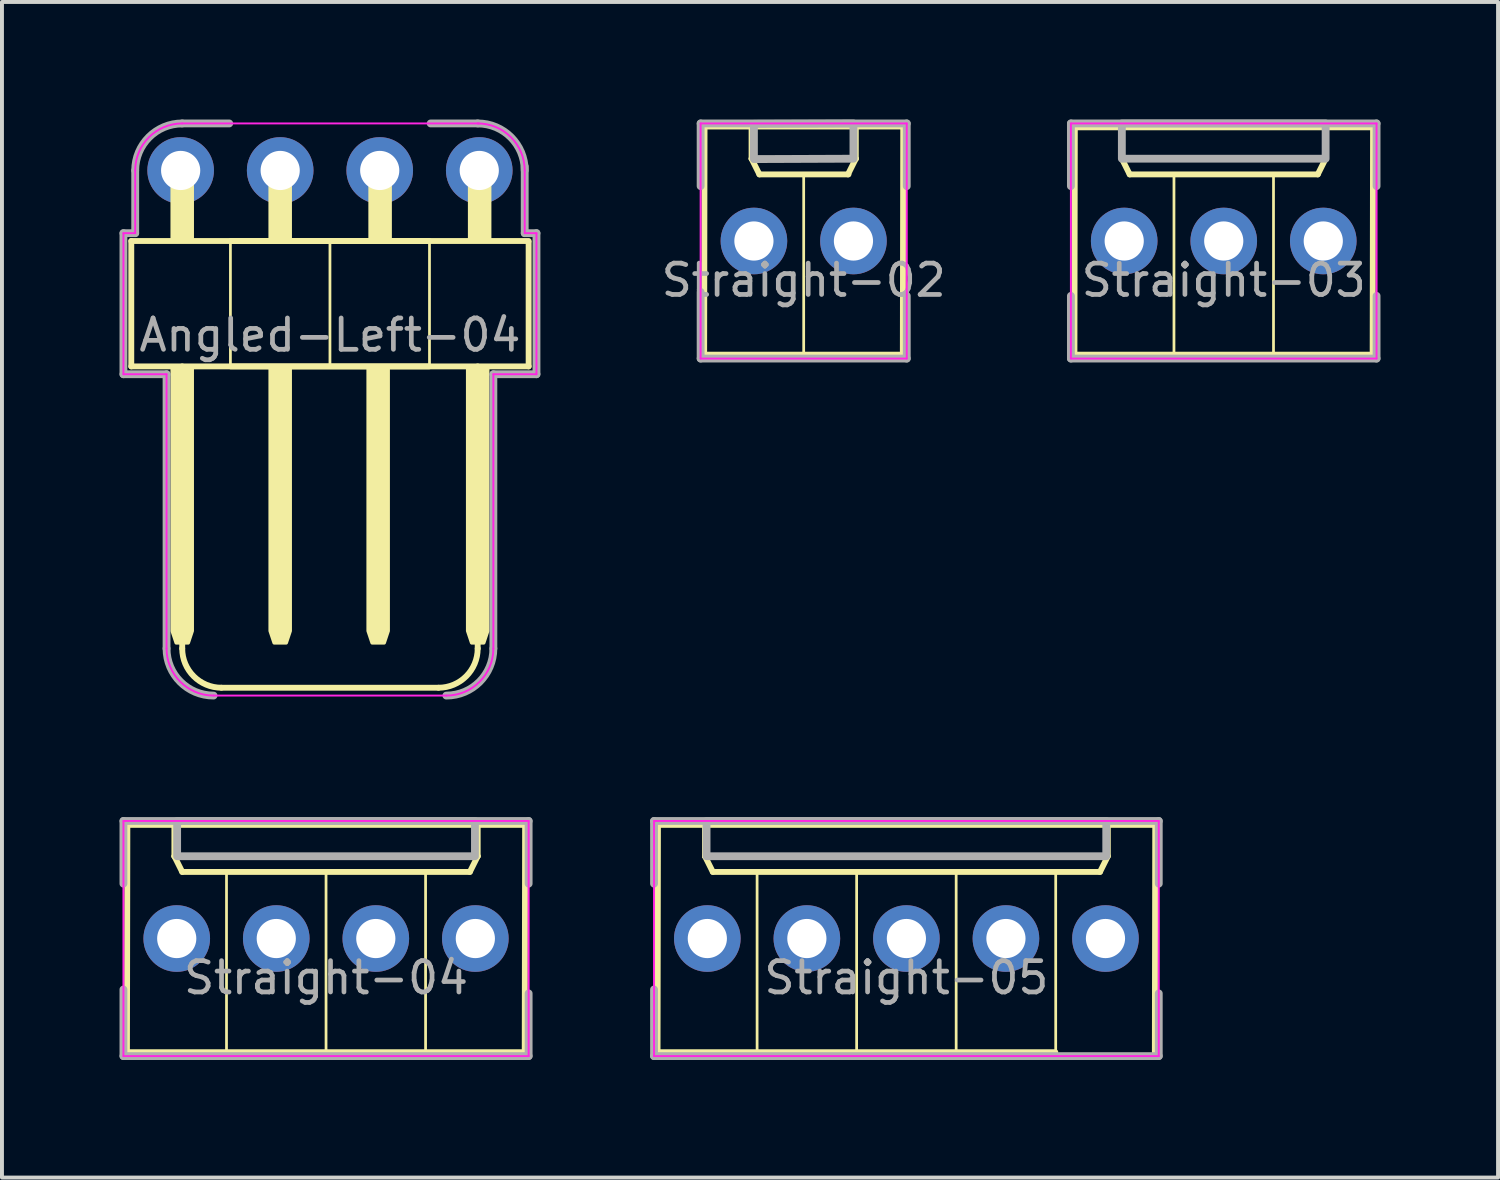
<source format=kicad_pcb>
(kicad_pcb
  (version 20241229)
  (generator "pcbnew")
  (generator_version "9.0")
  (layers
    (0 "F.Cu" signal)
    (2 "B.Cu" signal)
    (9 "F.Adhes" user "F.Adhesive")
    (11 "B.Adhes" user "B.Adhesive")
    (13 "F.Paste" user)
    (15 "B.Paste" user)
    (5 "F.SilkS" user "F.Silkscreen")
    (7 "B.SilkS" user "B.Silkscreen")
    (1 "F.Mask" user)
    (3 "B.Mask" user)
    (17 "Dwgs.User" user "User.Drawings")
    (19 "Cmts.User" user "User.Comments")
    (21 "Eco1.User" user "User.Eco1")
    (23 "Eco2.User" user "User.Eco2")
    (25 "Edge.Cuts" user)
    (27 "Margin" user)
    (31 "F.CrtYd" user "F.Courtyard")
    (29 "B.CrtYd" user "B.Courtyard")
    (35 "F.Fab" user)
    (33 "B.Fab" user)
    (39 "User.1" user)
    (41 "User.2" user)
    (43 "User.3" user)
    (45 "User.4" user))
  (footprint "Straight-02"
    (layer "F.Cu")
    (at 17.459 3.1)
    (property "Reference" "Straight-02" (at 0 1 180) (layer "F.Fab") (effects (font (size 0.8 0.8) (thickness 0.12))))
    (attr through_hole)
    (fp_line (start -2.54 2.9) (end 2.53 2.9) (stroke (width 0.15) (type solid)) (layer "F.SilkS"))
    (fp_line (start -2.53 -2.921) (end -2.54 2.9) (stroke (width 0.15) (type solid)) (layer "F.SilkS"))
    (fp_line (start -2.53 -2.921) (end 2.54 -2.921) (stroke (width 0.15) (type solid)) (layer "F.SilkS"))
    (fp_line (start -1.33 -2.1) (end -1.33 -2.9) (stroke (width 0.15) (type solid)) (layer "F.SilkS"))
    (fp_line (start -1.33 -2.1) (end -1.13 -1.7) (stroke (width 0.15) (type solid)) (layer "F.SilkS"))
    (fp_line (start -1.33 -2.1) (end 1.33 -2.1) (stroke (width 0.15) (type solid)) (layer "F.SilkS"))
    (fp_line (start 0 -1.7) (end 0 2.9) (stroke (width 0.07) (type solid)) (layer "F.SilkS"))
    (fp_line (start 1.13 -1.7) (end 1.33 -2.1) (stroke (width 0.15) (type solid)) (layer "F.SilkS"))
    (fp_line (start 1.143 -1.7) (end -1.13 -1.7) (stroke (width 0.15) (type solid)) (layer "F.SilkS"))
    (fp_line (start 1.33 -2.9) (end 1.33 -2.1) (stroke (width 0.15) (type solid)) (layer "F.SilkS"))
    (fp_line (start 2.54 -2.9) (end 2.53 2.9) (stroke (width 0.15) (type solid)) (layer "F.SilkS"))
    (fp_line (start -2.63 -3) (end 2.63 -3) (stroke (width 0.05) (type solid)) (layer "F.CrtYd"))
    (fp_line (start -2.63 3) (end -2.63 -3) (stroke (width 0.05) (type solid)) (layer "F.CrtYd"))
    (fp_line (start 2.63 -3) (end 2.63 3) (stroke (width 0.05) (type solid)) (layer "F.CrtYd"))
    (fp_line (start 2.63 3) (end -2.63 3) (stroke (width 0.05) (type solid)) (layer "F.CrtYd"))
    (fp_line (start -2.63 -3) (end -2.63 -1.4) (stroke (width 0.2) (type solid)) (layer "F.Fab"))
    (fp_line (start -2.63 -3) (end 2.63 -3) (stroke (width 0.2) (type solid)) (layer "F.Fab"))
    (fp_line (start -2.63 1.3) (end -2.63 3) (stroke (width 0.2) (type solid)) (layer "F.Fab"))
    (fp_line (start -2.63 3) (end 2.63 3) (stroke (width 0.2) (type solid)) (layer "F.Fab"))
    (fp_line (start 2.63 -3) (end 2.63 -1.4) (stroke (width 0.2) (type solid)) (layer "F.Fab"))
    (fp_line (start 2.63 1.4) (end 2.63 3) (stroke (width 0.2) (type solid)) (layer "F.Fab"))
    (fp_poly (pts (xy 1.27 -3) (xy 1.27 -2.1) (xy -1.27 -2.09) (xy -1.27 -2.99)) (stroke (width 0.2) (type solid)) (fill no) (layer "F.Fab"))
    (pad "1" thru_hole circle (at -1.27 0 90) (size 1.7 1.7) (drill 1) (layers "*.Cu" "*.Mask"))
    (pad "2" thru_hole circle (at 1.27 0 90) (size 1.7 1.7) (drill 1) (layers "*.Cu" "*.Mask")))
  (footprint "Straight-05"
    (layer "F.Cu")
    (at 20.08 20.9)
    (property "Reference" "Straight-05" (at 0 1 180) (layer "F.Fab") (effects (font (size 0.8 0.8) (thickness 0.12))))
    (attr through_hole)
    (fp_line (start -6.35 2.9) (end 3.8 2.9) (stroke (width 0.15) (type solid)) (layer "F.SilkS"))
    (fp_line (start -6.34 -2.9) (end -6.35 2.9) (stroke (width 0.15) (type solid)) (layer "F.SilkS"))
    (fp_line (start -6.34 -2.9) (end 6.35 -2.9) (stroke (width 0.15) (type solid)) (layer "F.SilkS"))
    (fp_line (start -5.14 -2.1) (end -5.14 -2.9) (stroke (width 0.15) (type solid)) (layer "F.SilkS"))
    (fp_line (start -5.14 -2.1) (end -4.94 -1.7) (stroke (width 0.15) (type solid)) (layer "F.SilkS"))
    (fp_line (start -5.14 -2.1) (end 5.1 -2.1) (stroke (width 0.15) (type solid)) (layer "F.SilkS"))
    (fp_line (start -3.81 -1.7) (end -3.81 2.9) (stroke (width 0.07) (type solid)) (layer "F.SilkS"))
    (fp_line (start -1.27 -1.7) (end -1.27 2.9) (stroke (width 0.07) (type solid)) (layer "F.SilkS"))
    (fp_line (start 1.27 -1.7) (end 1.27 2.921) (stroke (width 0.07) (type solid)) (layer "F.SilkS"))
    (fp_line (start 3.81 -1.7) (end 3.81 2.921) (stroke (width 0.07) (type solid)) (layer "F.SilkS"))
    (fp_line (start 4.94 -1.7) (end -4.94 -1.7) (stroke (width 0.15) (type solid)) (layer "F.SilkS"))
    (fp_line (start 4.94 -1.7) (end 5.14 -2.1) (stroke (width 0.15) (type solid)) (layer "F.SilkS"))
    (fp_line (start 5.14 -2.9) (end 5.14 -2.1) (stroke (width 0.15) (type solid)) (layer "F.SilkS"))
    (fp_line (start 6.35 -2.9) (end 6.34 2.9) (stroke (width 0.15) (type solid)) (layer "F.SilkS"))
    (fp_line (start -6.44 -3) (end 6.44 -3) (stroke (width 0.05) (type solid)) (layer "F.CrtYd"))
    (fp_line (start -6.44 3) (end -6.44 -3) (stroke (width 0.05) (type solid)) (layer "F.CrtYd"))
    (fp_line (start 6.44 -3) (end 6.44 3) (stroke (width 0.05) (type solid)) (layer "F.CrtYd"))
    (fp_line (start 6.44 3) (end -6.44 3) (stroke (width 0.05) (type solid)) (layer "F.CrtYd"))
    (fp_line (start -6.44 -3) (end -6.44 -1.4) (stroke (width 0.2) (type solid)) (layer "F.Fab"))
    (fp_line (start -6.44 -3) (end 6.44 -3) (stroke (width 0.2) (type solid)) (layer "F.Fab"))
    (fp_line (start -6.44 1.3) (end -6.44 3) (stroke (width 0.2) (type solid)) (layer "F.Fab"))
    (fp_line (start -6.44 3) (end 6.44 3) (stroke (width 0.2) (type solid)) (layer "F.Fab"))
    (fp_line (start 6.44 -3) (end 6.44 -1.4) (stroke (width 0.2) (type solid)) (layer "F.Fab"))
    (fp_line (start 6.44 1.4) (end 6.44 3) (stroke (width 0.2) (type solid)) (layer "F.Fab"))
    (fp_poly (pts (xy 5.1 -3) (xy 5.1 -2.1) (xy -5.1 -2.1) (xy -5.1 -3)) (stroke (width 0.2) (type solid)) (fill no) (layer "F.Fab"))
    (pad "1" thru_hole circle (at -5.08 0 90) (size 1.7 1.7) (drill 1) (layers "*.Cu" "*.Mask"))
    (pad "2" thru_hole circle (at -2.54 0 90) (size 1.7 1.7) (drill 1) (layers "*.Cu" "*.Mask"))
    (pad "3" thru_hole circle (at 0 0 90) (size 1.7 1.7) (drill 1) (layers "*.Cu" "*.Mask"))
    (pad "4" thru_hole circle (at 2.54 0 90) (size 1.7 1.7) (drill 1) (layers "*.Cu" "*.Mask"))
    (pad "5" thru_hole circle (at 5.08 0 90) (size 1.7 1.7) (drill 1) (layers "*.Cu" "*.Mask")))
  (footprint "Straight-04"
    (layer "F.Cu")
    (at 5.27 20.9)
    (property "Reference" "Straight-04" (at 0 1 180) (layer "F.Fab") (effects (font (size 0.8 0.8) (thickness 0.12))))
    (attr through_hole)
    (fp_line (start -5.08 -2.9) (end 5.08 -2.9) (stroke (width 0.15) (type solid)) (layer "F.SilkS"))
    (fp_line (start -5.08 2.9) (end 5.07 2.9) (stroke (width 0.15) (type solid)) (layer "F.SilkS"))
    (fp_line (start -5.07 -2.9) (end -5.08 2.9) (stroke (width 0.15) (type solid)) (layer "F.SilkS"))
    (fp_line (start -3.87 -2.1) (end -3.87 -2.9) (stroke (width 0.15) (type solid)) (layer "F.SilkS"))
    (fp_line (start -3.87 -2.1) (end -3.67 -1.7) (stroke (width 0.15) (type solid)) (layer "F.SilkS"))
    (fp_line (start -3.87 -2.1) (end 3.87 -2.1) (stroke (width 0.15) (type solid)) (layer "F.SilkS"))
    (fp_line (start -2.54 -1.7) (end -2.54 2.9) (stroke (width 0.07) (type solid)) (layer "F.SilkS"))
    (fp_line (start 0 -1.7) (end 0 2.9) (stroke (width 0.07) (type solid)) (layer "F.SilkS"))
    (fp_line (start 2.54 -1.7) (end 2.54 2.921) (stroke (width 0.07) (type solid)) (layer "F.SilkS"))
    (fp_line (start 3.67 -1.7) (end -3.67 -1.7) (stroke (width 0.15) (type solid)) (layer "F.SilkS"))
    (fp_line (start 3.67 -1.7) (end 3.87 -2.1) (stroke (width 0.15) (type solid)) (layer "F.SilkS"))
    (fp_line (start 3.87 -2.9) (end 3.87 -2.1) (stroke (width 0.15) (type solid)) (layer "F.SilkS"))
    (fp_line (start 5.08 -2.9) (end 5.07 2.9) (stroke (width 0.15) (type solid)) (layer "F.SilkS"))
    (fp_line (start -5.17 -3) (end 5.17 -3) (stroke (width 0.05) (type solid)) (layer "F.CrtYd"))
    (fp_line (start -5.17 3) (end -5.17 -3) (stroke (width 0.05) (type solid)) (layer "F.CrtYd"))
    (fp_line (start 5.17 -3) (end 5.17 3) (stroke (width 0.05) (type solid)) (layer "F.CrtYd"))
    (fp_line (start 5.17 3) (end -5.17 3) (stroke (width 0.05) (type solid)) (layer "F.CrtYd"))
    (fp_line (start -5.17 -3) (end -5.17 -1.4) (stroke (width 0.2) (type solid)) (layer "F.Fab"))
    (fp_line (start -5.17 -3) (end 5.17 -3) (stroke (width 0.2) (type solid)) (layer "F.Fab"))
    (fp_line (start -5.17 1.3) (end -5.17 3) (stroke (width 0.2) (type solid)) (layer "F.Fab"))
    (fp_line (start -5.17 3) (end 5.17 3) (stroke (width 0.2) (type solid)) (layer "F.Fab"))
    (fp_line (start 5.17 -3) (end 5.17 -1.4) (stroke (width 0.2) (type solid)) (layer "F.Fab"))
    (fp_line (start 5.17 1.4) (end 5.17 3) (stroke (width 0.2) (type solid)) (layer "F.Fab"))
    (fp_poly (pts (xy 3.8 -3) (xy 3.8 -2.1) (xy -3.8 -2.1) (xy -3.8 -3)) (stroke (width 0.2) (type solid)) (fill no) (layer "F.Fab"))
    (pad "1" thru_hole circle (at -3.81 0 90) (size 1.7 1.7) (drill 1) (layers "*.Cu" "*.Mask"))
    (pad "2" thru_hole circle (at -1.27 0 90) (size 1.7 1.7) (drill 1) (layers "*.Cu" "*.Mask"))
    (pad "3" thru_hole circle (at 1.27 0 90) (size 1.7 1.7) (drill 1) (layers "*.Cu" "*.Mask"))
    (pad "4" thru_hole circle (at 3.81 0 90) (size 1.7 1.7) (drill 1) (layers "*.Cu" "*.Mask")))
  (footprint "Angled-Left-04"
    (layer "F.Cu")
    (at 5.37 1.3)
    (property "Reference" "Angled-Left-04" (at 0 4.2 180) (layer "F.Fab") (effects (font (size 0.8 0.8) (thickness 0.12))))
    (attr through_hole)
    (fp_line (start -5.07 1.8) (end -5.07 5) (stroke (width 0.15) (type solid)) (layer "F.SilkS"))
    (fp_line (start -5.07 1.8) (end 2.53 1.8) (stroke (width 0.15) (type solid)) (layer "F.SilkS"))
    (fp_line (start -5.07 5) (end 2.53 5) (stroke (width 0.15) (type solid)) (layer "F.SilkS"))
    (fp_line (start -3.77 5) (end -3.77 12.2) (stroke (width 0.15) (type solid)) (layer "F.SilkS"))
    (fp_line (start -2.77 13.2) (end 2.77 13.2) (stroke (width 0.15) (type solid)) (layer "F.SilkS"))
    (fp_line (start -2.54 1.8) (end -2.54 5) (stroke (width 0.07) (type solid)) (layer "F.SilkS"))
    (fp_line (start -2.53 1.8) (end 5.07 1.8) (stroke (width 0.15) (type solid)) (layer "F.SilkS"))
    (fp_line (start -2.53 5) (end 5.07 5) (stroke (width 0.15) (type solid)) (layer "F.SilkS"))
    (fp_line (start 0 1.8) (end 0 5) (stroke (width 0.07) (type solid)) (layer "F.SilkS"))
    (fp_line (start 2.54 1.8) (end 2.54 5) (stroke (width 0.07) (type solid)) (layer "F.SilkS"))
    (fp_line (start 3.77 5) (end 3.77 12.2) (stroke (width 0.15) (type solid)) (layer "F.SilkS"))
    (fp_line (start 5.07 1.831) (end 5.07 5) (stroke (width 0.15) (type solid)) (layer "F.SilkS"))
    (fp_arc (start -2.77 13.2) (mid -3.477107 12.907107) (end -3.77 12.2) (stroke (width 0.15) (type solid)) (layer "F.SilkS"))
    (fp_arc (start 3.77 12.2) (mid 3.477107 12.907107) (end 2.77 13.2) (stroke (width 0.15) (type solid)) (layer "F.SilkS"))
    (fp_poly (pts (xy -3.52 0) (xy -3.52 1.75) (xy -4.02 1.75) (xy -4.02 0) (xy -3.87 -0.15) (xy -3.67 -0.15)) (stroke (width 0.1) (type solid)) (fill yes) (layer "F.SilkS"))
    (fp_poly (pts (xy -3.52 11.75) (xy -3.62 12.05) (xy -3.92 12.05) (xy -4.02 11.75) (xy -4.02 5) (xy -3.52 5)) (stroke (width 0.1) (type solid)) (fill yes) (layer "F.SilkS"))
    (fp_poly (pts (xy -1.02 0.05) (xy -1.02 1.8) (xy -1.52 1.8) (xy -1.52 0.05) (xy -1.37 -0.1) (xy -1.17 -0.1)) (stroke (width 0.1) (type solid)) (fill yes) (layer "F.SilkS"))
    (fp_poly (pts (xy -1.02 11.75) (xy -1.12 12.05) (xy -1.42 12.05) (xy -1.52 11.75) (xy -1.52 5) (xy -1.02 5)) (stroke (width 0.1) (type solid)) (fill yes) (layer "F.SilkS"))
    (fp_poly (pts (xy 1.48 11.75) (xy 1.38 12.05) (xy 1.08 12.05) (xy 0.98 11.75) (xy 0.98 5) (xy 1.48 5)) (stroke (width 0.1) (type solid)) (fill yes) (layer "F.SilkS"))
    (fp_poly (pts (xy 1.53 0.05) (xy 1.53 1.8) (xy 1.03 1.8) (xy 1.03 0.05) (xy 1.18 -0.1) (xy 1.38 -0.1)) (stroke (width 0.1) (type solid)) (fill yes) (layer "F.SilkS"))
    (fp_poly (pts (xy 4.02 11.75) (xy 3.92 12.05) (xy 3.62 12.05) (xy 3.52 11.75) (xy 3.52 5) (xy 4.02 5)) (stroke (width 0.1) (type solid)) (fill yes) (layer "F.SilkS"))
    (fp_poly (pts (xy 4.07 0.05) (xy 4.07 1.8) (xy 3.57 1.8) (xy 3.57 0.05) (xy 3.72 -0.1) (xy 3.92 -0.1)) (stroke (width 0.1) (type solid)) (fill yes) (layer "F.SilkS"))
    (fp_line (start -5.27 5.2) (end -5.27 1.6) (stroke (width 0.05) (type solid)) (layer "F.CrtYd"))
    (fp_line (start -4.97 0) (end -4.97 1.6) (stroke (width 0.05) (type solid)) (layer "F.CrtYd"))
    (fp_line (start -4.97 1.6) (end -5.27 1.6) (stroke (width 0.05) (type solid)) (layer "F.CrtYd"))
    (fp_line (start -4.17 5.2) (end -5.27 5.2) (stroke (width 0.05) (type solid)) (layer "F.CrtYd"))
    (fp_line (start -4.17 5.2) (end -4.17 12.2) (stroke (width 0.05) (type solid)) (layer "F.CrtYd"))
    (fp_line (start -3.77 -1.2) (end 3.8 -1.2) (stroke (width 0.05) (type solid)) (layer "F.CrtYd"))
    (fp_line (start 2.97 13.4) (end -2.97 13.4) (stroke (width 0.05) (type solid)) (layer "F.CrtYd"))
    (fp_line (start 4.17 5.2) (end 4.17 12.2) (stroke (width 0.05) (type solid)) (layer "F.CrtYd"))
    (fp_line (start 4.97 1.6) (end 4.97 0) (stroke (width 0.05) (type solid)) (layer "F.CrtYd"))
    (fp_line (start 5.27 1.6) (end 4.97 1.6) (stroke (width 0.05) (type solid)) (layer "F.CrtYd"))
    (fp_line (start 5.27 5.2) (end 4.17 5.2) (stroke (width 0.05) (type solid)) (layer "F.CrtYd"))
    (fp_line (start 5.27 5.2) (end 5.27 1.6) (stroke (width 0.05) (type solid)) (layer "F.CrtYd"))
    (fp_arc (start -4.97 0) (mid -4.618528 -0.848528) (end -3.77 -1.2) (stroke (width 0.05) (type solid)) (layer "F.CrtYd"))
    (fp_arc (start -2.97 13.4) (mid -3.818528 13.048528) (end -4.17 12.2) (stroke (width 0.05) (type solid)) (layer "F.CrtYd"))
    (fp_arc (start 3.77 -1.2) (mid 4.618528 -0.848528) (end 4.97 0) (stroke (width 0.05) (type solid)) (layer "F.CrtYd"))
    (fp_arc (start 4.17 12.2) (mid 3.818528 13.048528) (end 2.97 13.4) (stroke (width 0.05) (type solid)) (layer "F.CrtYd"))
    (fp_line (start -5.27 1.6) (end -5.27 5.2) (stroke (width 0.2) (type solid)) (layer "F.Fab"))
    (fp_line (start -5.27 1.6) (end -4.97 1.6) (stroke (width 0.2) (type solid)) (layer "F.Fab"))
    (fp_line (start -5.27 5.2) (end -4.17 5.2) (stroke (width 0.2) (type solid)) (layer "F.Fab"))
    (fp_line (start -4.97 0) (end -4.97 1.6) (stroke (width 0.2) (type solid)) (layer "F.Fab"))
    (fp_line (start -4.17 5.2) (end -4.17 12.2) (stroke (width 0.2) (type solid)) (layer "F.Fab"))
    (fp_line (start -3.77 -1.2) (end -2.57 -1.2) (stroke (width 0.2) (type solid)) (layer "F.Fab"))
    (fp_line (start 2.57 -1.2) (end 3.77 -1.2) (stroke (width 0.2) (type solid)) (layer "F.Fab"))
    (fp_line (start 4.17 5.2) (end 4.17 12.2) (stroke (width 0.2) (type solid)) (layer "F.Fab"))
    (fp_line (start 4.17 5.2) (end 5.27 5.2) (stroke (width 0.2) (type solid)) (layer "F.Fab"))
    (fp_line (start 4.97 -0.1) (end 4.97 1.6) (stroke (width 0.2) (type solid)) (layer "F.Fab"))
    (fp_line (start 4.97 1.6) (end 5.27 1.6) (stroke (width 0.2) (type solid)) (layer "F.Fab"))
    (fp_line (start 5.27 1.6) (end 5.27 5.2) (stroke (width 0.2) (type solid)) (layer "F.Fab"))
    (fp_arc (start -4.97 0) (mid -4.618528 -0.848528) (end -3.77 -1.2) (stroke (width 0.2) (type solid)) (layer "F.Fab"))
    (fp_arc (start -2.97 13.4) (mid -3.818528 13.048528) (end -4.17 12.2) (stroke (width 0.2) (type solid)) (layer "F.Fab"))
    (fp_arc (start 3.77 -1.2) (mid 4.618528 -0.848528) (end 4.97 0) (stroke (width 0.2) (type solid)) (layer "F.Fab"))
    (fp_arc (start 4.17 12.2) (mid 3.818528 13.048528) (end 2.97 13.4) (stroke (width 0.2) (type solid)) (layer "F.Fab"))
    (pad "1" thru_hole circle (at 3.81 0 90) (size 1.7 1.7) (drill 1) (layers "*.Cu" "*.Mask"))
    (pad "2" thru_hole circle (at 1.27 0 90) (size 1.7 1.7) (drill 1) (layers "*.Cu" "*.Mask"))
    (pad "3" thru_hole circle (at -1.27 0 90) (size 1.7 1.7) (drill 1) (layers "*.Cu" "*.Mask"))
    (pad "4" thru_hole circle (at -3.81 0 90) (size 1.7 1.7) (drill 1) (layers "*.Cu" "*.Mask")))
  (footprint "Straight-03"
    (layer "F.Cu")
    (at 28.178 3.1)
    (property "Reference" "Straight-03" (at 0 1 180) (layer "F.Fab") (effects (font (size 0.8 0.8) (thickness 0.12))))
    (attr through_hole)
    (fp_line (start -3.81 2.9) (end 3.8 2.9) (stroke (width 0.15) (type solid)) (layer "F.SilkS"))
    (fp_line (start -3.8 -2.9) (end -3.81 2.9) (stroke (width 0.15) (type solid)) (layer "F.SilkS"))
    (fp_line (start -3.8 -2.9) (end 3.81 -2.9) (stroke (width 0.15) (type solid)) (layer "F.SilkS"))
    (fp_line (start -2.6 -2.1) (end -2.6 -2.9) (stroke (width 0.15) (type solid)) (layer "F.SilkS"))
    (fp_line (start -2.6 -2.1) (end -2.4 -1.7) (stroke (width 0.15) (type solid)) (layer "F.SilkS"))
    (fp_line (start -2.6 -2.1) (end 2.6 -2.1) (stroke (width 0.15) (type solid)) (layer "F.SilkS"))
    (fp_line (start -1.27 -1.7) (end -1.27 2.9) (stroke (width 0.07) (type solid)) (layer "F.SilkS"))
    (fp_line (start 1.27 -1.7) (end 1.27 2.921) (stroke (width 0.07) (type solid)) (layer "F.SilkS"))
    (fp_line (start 2.4 -1.7) (end -2.4 -1.7) (stroke (width 0.15) (type solid)) (layer "F.SilkS"))
    (fp_line (start 2.4 -1.7) (end 2.6 -2.1) (stroke (width 0.15) (type solid)) (layer "F.SilkS"))
    (fp_line (start 2.6 -2.9) (end 2.6 -2.1) (stroke (width 0.15) (type solid)) (layer "F.SilkS"))
    (fp_line (start 3.81 -2.9) (end 3.8 2.9) (stroke (width 0.15) (type solid)) (layer "F.SilkS"))
    (fp_line (start -3.9 -3) (end 3.9 -3) (stroke (width 0.05) (type solid)) (layer "F.CrtYd"))
    (fp_line (start -3.9 3) (end -3.9 -3) (stroke (width 0.05) (type solid)) (layer "F.CrtYd"))
    (fp_line (start 3.9 -3) (end 3.9 3) (stroke (width 0.05) (type solid)) (layer "F.CrtYd"))
    (fp_line (start 3.9 3) (end -3.9 3) (stroke (width 0.05) (type solid)) (layer "F.CrtYd"))
    (fp_line (start -3.9 -3) (end -3.9 -1.4) (stroke (width 0.2) (type solid)) (layer "F.Fab"))
    (fp_line (start -3.9 -3) (end 3.9 -3) (stroke (width 0.2) (type solid)) (layer "F.Fab"))
    (fp_line (start -3.9 1.4) (end -3.9 3) (stroke (width 0.2) (type solid)) (layer "F.Fab"))
    (fp_line (start -3.9 3) (end 3.9 3) (stroke (width 0.2) (type solid)) (layer "F.Fab"))
    (fp_line (start 3.9 -3) (end 3.9 -1.4) (stroke (width 0.2) (type solid)) (layer "F.Fab"))
    (fp_line (start 3.9 1.4) (end 3.9 3) (stroke (width 0.2) (type solid)) (layer "F.Fab"))
    (fp_poly (pts (xy 2.6 -3) (xy 2.6 -2.1) (xy -2.6 -2.1) (xy -2.6 -3)) (stroke (width 0.2) (type solid)) (fill no) (layer "F.Fab"))
    (pad "1" thru_hole circle (at -2.54 0 90) (size 1.7 1.7) (drill 1) (layers "*.Cu" "*.Mask"))
    (pad "2" thru_hole circle (at 0 0 90) (size 1.7 1.7) (drill 1) (layers "*.Cu" "*.Mask"))
    (pad "3" thru_hole circle (at 2.54 0 90) (size 1.7 1.7) (drill 1) (layers "*.Cu" "*.Mask")))
  (gr_rect
    (start -3 -3)
    (end 35.178 27)
    (stroke (width 0.1) (type default))
    (fill no)
    (layer "Edge.Cuts")))
</source>
